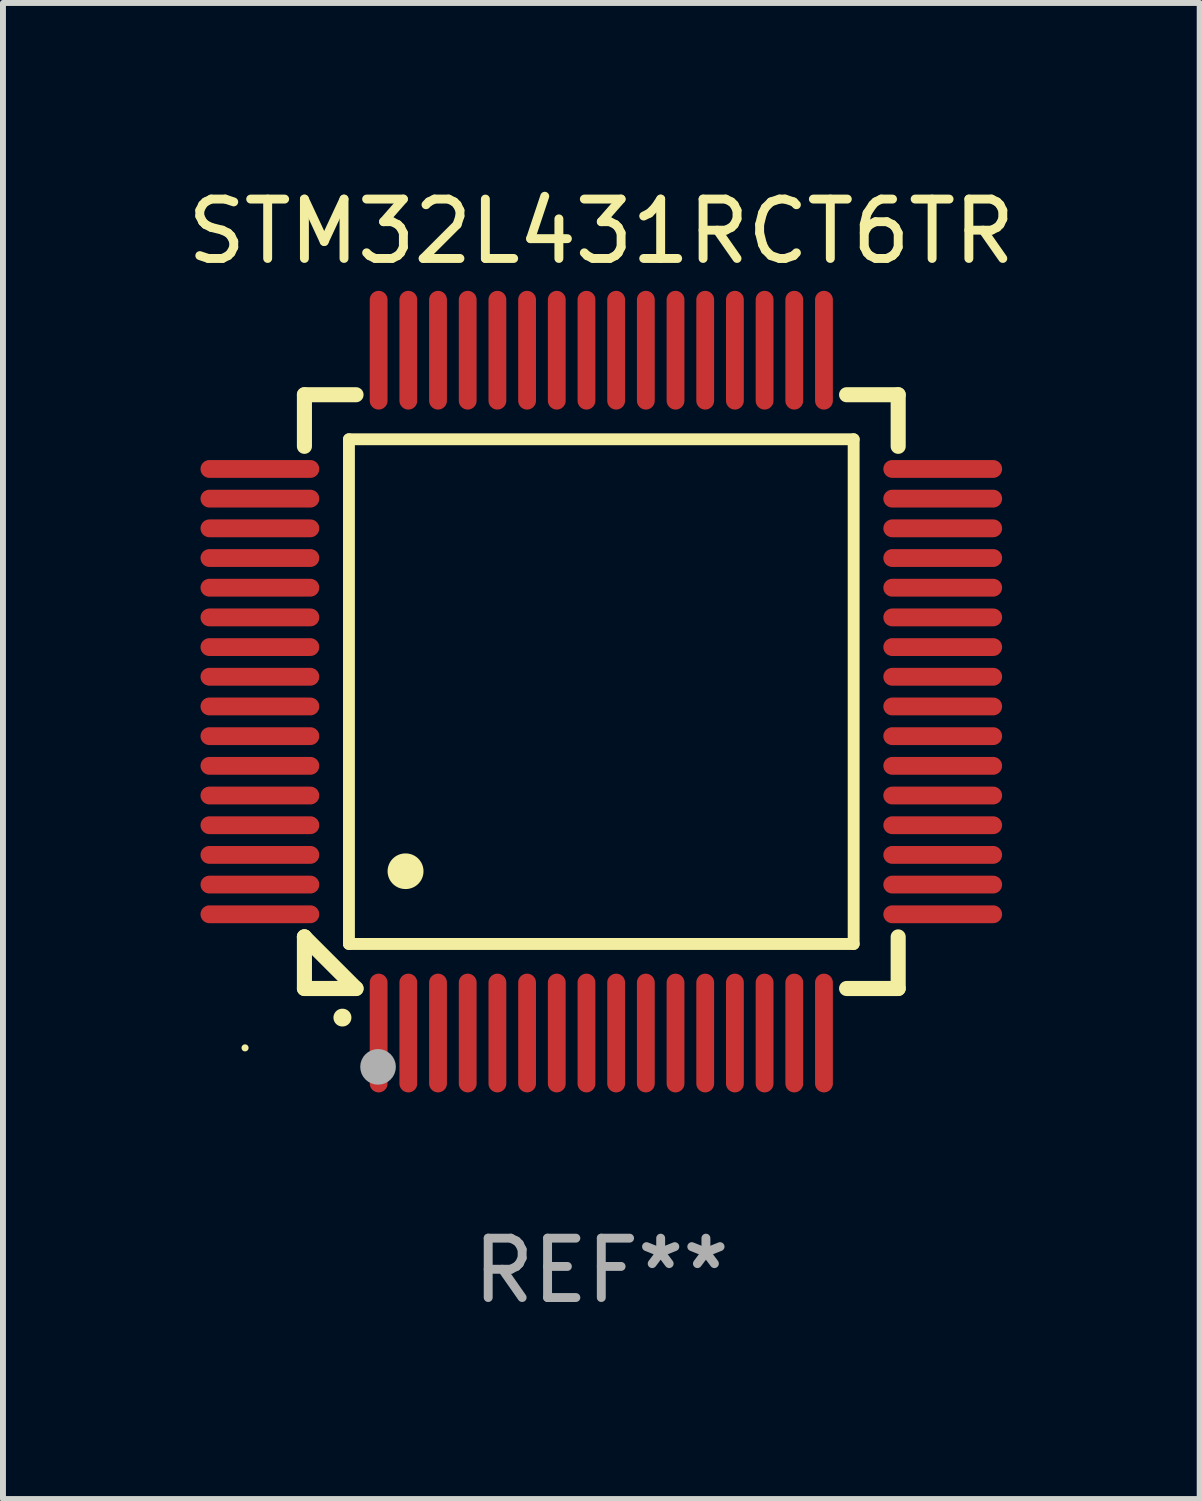
<source format=kicad_pcb>
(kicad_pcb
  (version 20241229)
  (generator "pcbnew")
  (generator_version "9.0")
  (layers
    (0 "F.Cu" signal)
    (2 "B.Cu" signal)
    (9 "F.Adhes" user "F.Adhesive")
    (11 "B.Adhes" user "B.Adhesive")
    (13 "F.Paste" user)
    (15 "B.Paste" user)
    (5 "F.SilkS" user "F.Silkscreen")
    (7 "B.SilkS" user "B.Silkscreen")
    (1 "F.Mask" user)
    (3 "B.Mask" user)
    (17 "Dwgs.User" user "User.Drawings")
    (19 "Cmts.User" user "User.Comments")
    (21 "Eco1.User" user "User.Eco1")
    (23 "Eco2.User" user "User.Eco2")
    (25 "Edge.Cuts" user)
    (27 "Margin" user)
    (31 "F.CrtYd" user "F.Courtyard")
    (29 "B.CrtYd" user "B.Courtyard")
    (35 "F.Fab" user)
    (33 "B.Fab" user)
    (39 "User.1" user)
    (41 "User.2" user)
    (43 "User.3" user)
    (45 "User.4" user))
  (footprint "STM32L431RCT6TR"
    (layer "F.Cu")
    (at 7.077 8.598)
    (property "Reference" "STM32L431RCT6TR" (at 0 -7.75 0) (layer "F.SilkS") (effects (font (size 1 1) (thickness 0.15))))
    (attr through_hole)
    (fp_line (start -5 -5) (end -4.131 -5) (stroke (width 0.254) (type solid)) (layer "F.SilkS"))
    (fp_line (start -5 -4.131) (end -5 -5) (stroke (width 0.254) (type solid)) (layer "F.SilkS"))
    (fp_line (start -5 4.131) (end -5 4.131) (stroke (width 0.254) (type solid)) (layer "F.SilkS"))
    (fp_line (start -5 5) (end -5 4.131) (stroke (width 0.254) (type solid)) (layer "F.SilkS"))
    (fp_line (start -5 4.131) (end -4.131 5) (stroke (width 0.254) (type solid)) (layer "F.SilkS"))
    (fp_line (start -4.25 -4.25) (end -4.25 4.25) (stroke (width 0.2) (type solid)) (layer "F.SilkS"))
    (fp_line (start -4.25 4.25) (end 4.25 4.25) (stroke (width 0.2) (type solid)) (layer "F.SilkS"))
    (fp_line (start -4.131 5) (end -5 5) (stroke (width 0.254) (type solid)) (layer "F.SilkS"))
    (fp_line (start 4.25 -4.25) (end -4.25 -4.25) (stroke (width 0.2) (type solid)) (layer "F.SilkS"))
    (fp_line (start 4.25 4.25) (end 4.25 -4.25) (stroke (width 0.2) (type solid)) (layer "F.SilkS"))
    (fp_line (start 5 -5) (end 4.131 -5) (stroke (width 0.254) (type solid)) (layer "F.SilkS"))
    (fp_line (start 5 -5) (end 5 -4.131) (stroke (width 0.254) (type solid)) (layer "F.SilkS"))
    (fp_line (start 5 4.131) (end 5 5) (stroke (width 0.254) (type solid)) (layer "F.SilkS"))
    (fp_line (start 5 5) (end 4.131 5) (stroke (width 0.254) (type solid)) (layer "F.SilkS"))
    (fp_arc (start -4.361265 5.489992) (mid -4.359995 5.489987) (end -4.358725 5.489992) (stroke (width 0.3) (type solid)) (layer "F.SilkS"))
    (fp_arc (start -3.299467 3.025146) (mid -3.296927 3.025135) (end -3.294387 3.025146) (stroke (width 0.6) (type solid)) (layer "F.SilkS"))
    (fp_circle (center -6 6) (end -5.97 6) (stroke (width 0.06) (type solid)) (fill no) (layer "F.SilkS"))
    (fp_circle (center -3.76 6.32) (end -3.61 6.32) (stroke (width 0.3) (type solid)) (fill no) (layer "F.Fab"))
    (fp_text user "REF**" (at 0 9.75 0) (layer "F.Fab") (effects (font (size 1 1) (thickness 0.15))))
    (pad "1" smd oval (at -3.75 5.75) (size 0.3 2) (layers "F.Cu" "F.Mask" "F.Paste"))
    (pad "2" smd oval (at -3.25 5.75) (size 0.3 2) (layers "F.Cu" "F.Mask" "F.Paste"))
    (pad "3" smd oval (at -2.75 5.75) (size 0.3 2) (layers "F.Cu" "F.Mask" "F.Paste"))
    (pad "4" smd oval (at -2.25 5.75) (size 0.3 2) (layers "F.Cu" "F.Mask" "F.Paste"))
    (pad "5" smd oval (at -1.75 5.75) (size 0.3 2) (layers "F.Cu" "F.Mask" "F.Paste"))
    (pad "6" smd oval (at -1.25 5.75) (size 0.3 2) (layers "F.Cu" "F.Mask" "F.Paste"))
    (pad "7" smd oval (at -0.75 5.75) (size 0.3 2) (layers "F.Cu" "F.Mask" "F.Paste"))
    (pad "8" smd oval (at -0.25 5.75) (size 0.3 2) (layers "F.Cu" "F.Mask" "F.Paste"))
    (pad "9" smd oval (at 0.25 5.75) (size 0.3 2) (layers "F.Cu" "F.Mask" "F.Paste"))
    (pad "10" smd oval (at 0.75 5.75) (size 0.3 2) (layers "F.Cu" "F.Mask" "F.Paste"))
    (pad "11" smd oval (at 1.25 5.75) (size 0.3 2) (layers "F.Cu" "F.Mask" "F.Paste"))
    (pad "12" smd oval (at 1.75 5.75) (size 0.3 2) (layers "F.Cu" "F.Mask" "F.Paste"))
    (pad "13" smd oval (at 2.25 5.75) (size 0.3 2) (layers "F.Cu" "F.Mask" "F.Paste"))
    (pad "14" smd oval (at 2.75 5.75) (size 0.3 2) (layers "F.Cu" "F.Mask" "F.Paste"))
    (pad "15" smd oval (at 3.25 5.75) (size 0.3 2) (layers "F.Cu" "F.Mask" "F.Paste"))
    (pad "16" smd oval (at 3.75 5.75) (size 0.3 2) (layers "F.Cu" "F.Mask" "F.Paste"))
    (pad "17" smd oval (at 5.75 3.75) (size 2 0.3) (layers "F.Cu" "F.Mask" "F.Paste"))
    (pad "18" smd oval (at 5.75 3.25) (size 2 0.3) (layers "F.Cu" "F.Mask" "F.Paste"))
    (pad "19" smd oval (at 5.75 2.75) (size 2 0.3) (layers "F.Cu" "F.Mask" "F.Paste"))
    (pad "20" smd oval (at 5.75 2.25) (size 2 0.3) (layers "F.Cu" "F.Mask" "F.Paste"))
    (pad "21" smd oval (at 5.75 1.75) (size 2 0.3) (layers "F.Cu" "F.Mask" "F.Paste"))
    (pad "22" smd oval (at 5.75 1.25) (size 2 0.3) (layers "F.Cu" "F.Mask" "F.Paste"))
    (pad "23" smd oval (at 5.75 0.75) (size 2 0.3) (layers "F.Cu" "F.Mask" "F.Paste"))
    (pad "24" smd oval (at 5.75 0.25) (size 2 0.3) (layers "F.Cu" "F.Mask" "F.Paste"))
    (pad "25" smd oval (at 5.75 -0.25) (size 2 0.3) (layers "F.Cu" "F.Mask" "F.Paste"))
    (pad "26" smd oval (at 5.75 -0.75) (size 2 0.3) (layers "F.Cu" "F.Mask" "F.Paste"))
    (pad "27" smd oval (at 5.75 -1.25) (size 2 0.3) (layers "F.Cu" "F.Mask" "F.Paste"))
    (pad "28" smd oval (at 5.75 -1.75) (size 2 0.3) (layers "F.Cu" "F.Mask" "F.Paste"))
    (pad "29" smd oval (at 5.75 -2.25) (size 2 0.3) (layers "F.Cu" "F.Mask" "F.Paste"))
    (pad "30" smd oval (at 5.75 -2.75) (size 2 0.3) (layers "F.Cu" "F.Mask" "F.Paste"))
    (pad "31" smd oval (at 5.75 -3.25) (size 2 0.3) (layers "F.Cu" "F.Mask" "F.Paste"))
    (pad "32" smd oval (at 5.75 -3.75) (size 2 0.3) (layers "F.Cu" "F.Mask" "F.Paste"))
    (pad "33" smd oval (at 3.75 -5.75) (size 0.3 2) (layers "F.Cu" "F.Mask" "F.Paste"))
    (pad "34" smd oval (at 3.25 -5.75) (size 0.3 2) (layers "F.Cu" "F.Mask" "F.Paste"))
    (pad "35" smd oval (at 2.75 -5.75) (size 0.3 2) (layers "F.Cu" "F.Mask" "F.Paste"))
    (pad "36" smd oval (at 2.25 -5.75) (size 0.3 2) (layers "F.Cu" "F.Mask" "F.Paste"))
    (pad "37" smd oval (at 1.75 -5.75) (size 0.3 2) (layers "F.Cu" "F.Mask" "F.Paste"))
    (pad "38" smd oval (at 1.25 -5.75) (size 0.3 2) (layers "F.Cu" "F.Mask" "F.Paste"))
    (pad "39" smd oval (at 0.75 -5.75) (size 0.3 2) (layers "F.Cu" "F.Mask" "F.Paste"))
    (pad "40" smd oval (at 0.25 -5.75) (size 0.3 2) (layers "F.Cu" "F.Mask" "F.Paste"))
    (pad "41" smd oval (at -0.25 -5.75) (size 0.3 2) (layers "F.Cu" "F.Mask" "F.Paste"))
    (pad "42" smd oval (at -0.75 -5.75) (size 0.3 2) (layers "F.Cu" "F.Mask" "F.Paste"))
    (pad "43" smd oval (at -1.25 -5.75) (size 0.3 2) (layers "F.Cu" "F.Mask" "F.Paste"))
    (pad "44" smd oval (at -1.75 -5.75) (size 0.3 2) (layers "F.Cu" "F.Mask" "F.Paste"))
    (pad "45" smd oval (at -2.25 -5.75) (size 0.3 2) (layers "F.Cu" "F.Mask" "F.Paste"))
    (pad "46" smd oval (at -2.75 -5.75) (size 0.3 2) (layers "F.Cu" "F.Mask" "F.Paste"))
    (pad "47" smd oval (at -3.25 -5.75) (size 0.3 2) (layers "F.Cu" "F.Mask" "F.Paste"))
    (pad "48" smd oval (at -3.75 -5.75) (size 0.3 2) (layers "F.Cu" "F.Mask" "F.Paste"))
    (pad "49" smd oval (at -5.75 -3.75) (size 2 0.3) (layers "F.Cu" "F.Mask" "F.Paste"))
    (pad "50" smd oval (at -5.75 -3.25) (size 2 0.3) (layers "F.Cu" "F.Mask" "F.Paste"))
    (pad "51" smd oval (at -5.75 -2.75) (size 2 0.3) (layers "F.Cu" "F.Mask" "F.Paste"))
    (pad "52" smd oval (at -5.75 -2.25) (size 2 0.3) (layers "F.Cu" "F.Mask" "F.Paste"))
    (pad "53" smd oval (at -5.75 -1.75) (size 2 0.3) (layers "F.Cu" "F.Mask" "F.Paste"))
    (pad "54" smd oval (at -5.75 -1.25) (size 2 0.3) (layers "F.Cu" "F.Mask" "F.Paste"))
    (pad "55" smd oval (at -5.75 -0.75) (size 2 0.3) (layers "F.Cu" "F.Mask" "F.Paste"))
    (pad "56" smd oval (at -5.75 -0.25) (size 2 0.3) (layers "F.Cu" "F.Mask" "F.Paste"))
    (pad "57" smd oval (at -5.75 0.25) (size 2 0.3) (layers "F.Cu" "F.Mask" "F.Paste"))
    (pad "58" smd oval (at -5.75 0.75) (size 2 0.3) (layers "F.Cu" "F.Mask" "F.Paste"))
    (pad "59" smd oval (at -5.75 1.25) (size 2 0.3) (layers "F.Cu" "F.Mask" "F.Paste"))
    (pad "60" smd oval (at -5.75 1.75) (size 2 0.3) (layers "F.Cu" "F.Mask" "F.Paste"))
    (pad "61" smd oval (at -5.75 2.25) (size 2 0.3) (layers "F.Cu" "F.Mask" "F.Paste"))
    (pad "62" smd oval (at -5.75 2.75) (size 2 0.3) (layers "F.Cu" "F.Mask" "F.Paste"))
    (pad "63" smd oval (at -5.75 3.25) (size 2 0.3) (layers "F.Cu" "F.Mask" "F.Paste"))
    (pad "64" smd oval (at -5.75 3.75) (size 2 0.3) (layers "F.Cu" "F.Mask" "F.Paste")))
  (gr_rect
    (start -3 -3)
    (end 17.155 22.196)
    (stroke (width 0.1) (type default))
    (fill no)
    (layer "Edge.Cuts")))
</source>
